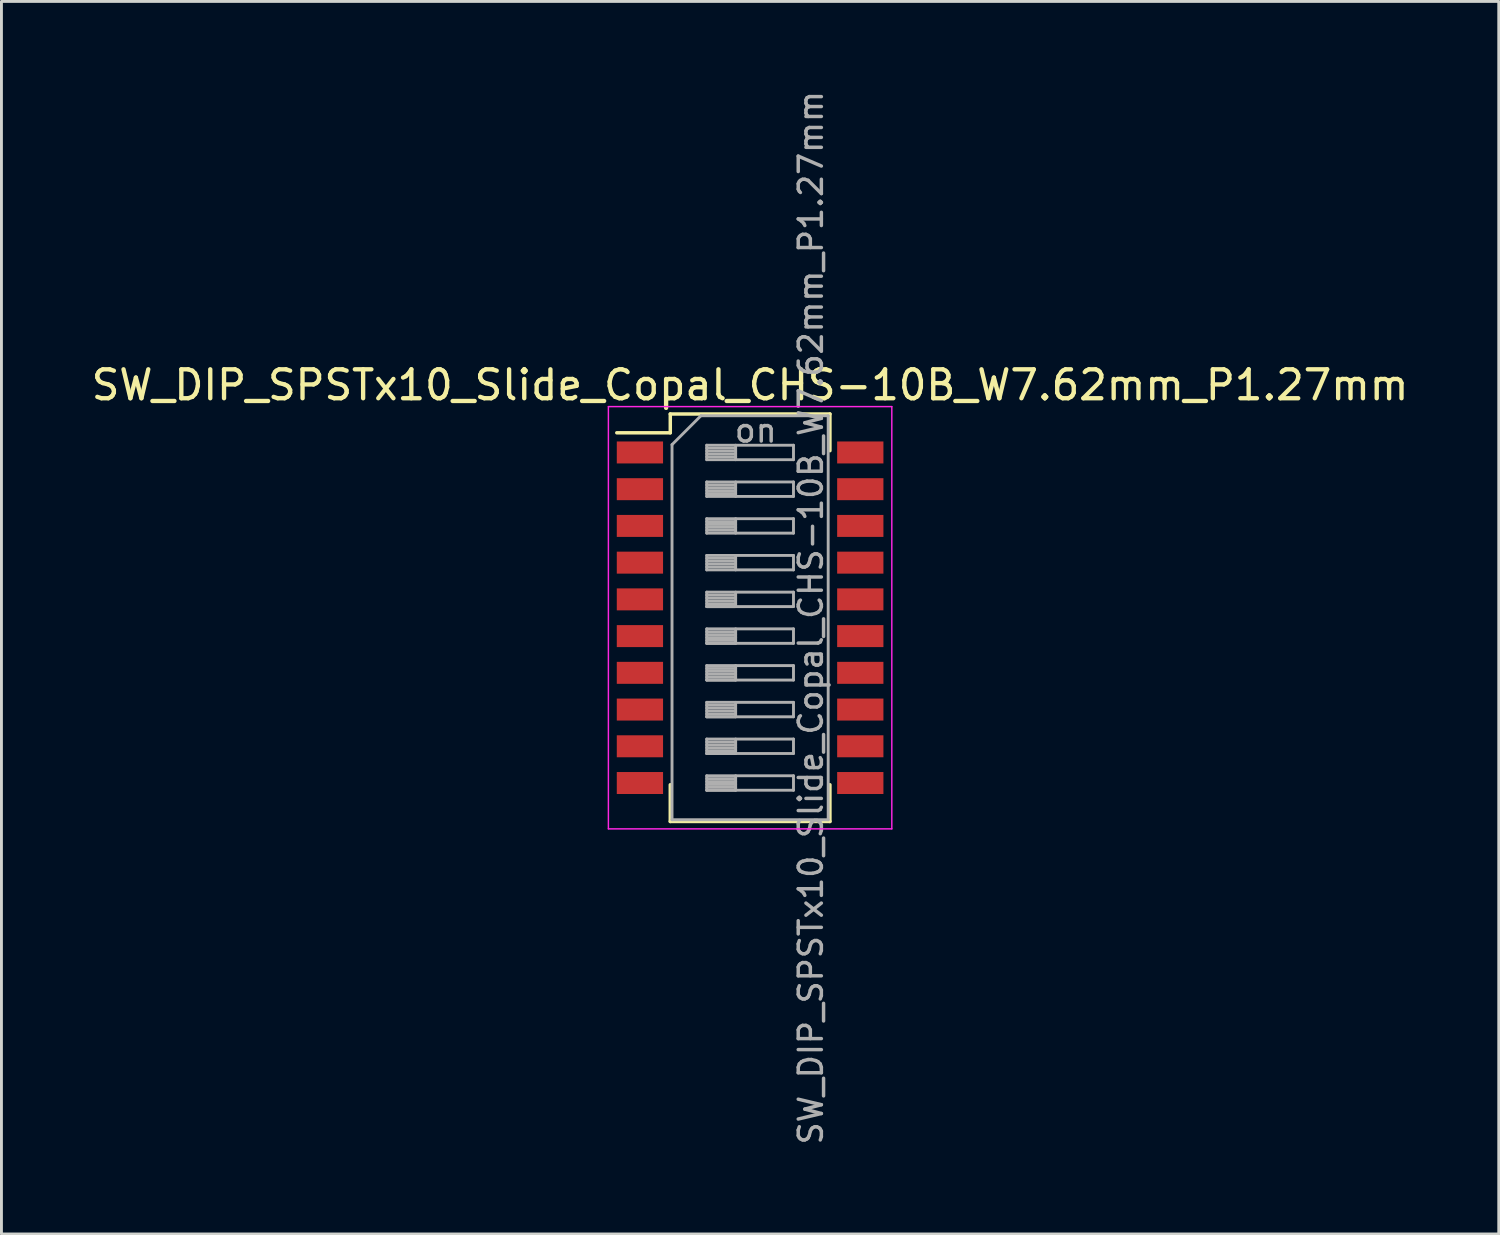
<source format=kicad_pcb>
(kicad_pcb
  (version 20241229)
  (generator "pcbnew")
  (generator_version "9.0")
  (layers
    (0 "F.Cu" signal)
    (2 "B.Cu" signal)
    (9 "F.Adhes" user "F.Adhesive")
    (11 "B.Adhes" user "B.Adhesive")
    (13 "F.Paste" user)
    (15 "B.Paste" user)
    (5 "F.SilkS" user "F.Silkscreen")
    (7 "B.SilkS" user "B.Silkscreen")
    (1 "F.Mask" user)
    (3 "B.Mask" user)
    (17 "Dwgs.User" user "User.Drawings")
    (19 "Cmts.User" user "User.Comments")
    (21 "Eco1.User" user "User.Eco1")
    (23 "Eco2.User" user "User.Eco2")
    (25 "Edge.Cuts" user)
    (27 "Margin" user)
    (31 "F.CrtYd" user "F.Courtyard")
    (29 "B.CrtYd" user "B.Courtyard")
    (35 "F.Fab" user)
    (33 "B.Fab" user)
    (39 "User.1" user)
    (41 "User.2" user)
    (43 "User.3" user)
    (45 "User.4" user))
  (footprint "SW_DIP_SPSTx10_Slide_Copal_CHS-10B_W7.62mm_P1.27mm"
    (layer "F.Cu")
    (at 22.887 18.31)
    (property "Reference" "SW_DIP_SPSTx10_Slide_Copal_CHS-10B_W7.62mm_P1.27mm" (at 0 -8.045 0) (layer "F.SilkS") (effects (font (size 1 1) (thickness 0.15))))
    (attr smd)
    (fp_line (start -4.61 -6.395) (end -2.76 -6.395) (stroke (width 0.12) (type solid)) (layer "F.SilkS"))
    (fp_line (start -2.76 -7.045) (end -2.76 -6.395) (stroke (width 0.12) (type solid)) (layer "F.SilkS"))
    (fp_line (start -2.76 -7.045) (end 2.76 -7.045) (stroke (width 0.12) (type solid)) (layer "F.SilkS"))
    (fp_line (start -2.76 5.775) (end -2.76 7.045) (stroke (width 0.12) (type solid)) (layer "F.SilkS"))
    (fp_line (start -2.76 7.045) (end 2.76 7.045) (stroke (width 0.12) (type solid)) (layer "F.SilkS"))
    (fp_line (start 2.76 -7.045) (end 2.76 -5.776) (stroke (width 0.12) (type solid)) (layer "F.SilkS"))
    (fp_line (start 2.76 5.775) (end 2.76 7.045) (stroke (width 0.12) (type solid)) (layer "F.SilkS"))
    (fp_line (start -4.9 -7.3) (end -4.9 7.3) (stroke (width 0.05) (type solid)) (layer "F.CrtYd"))
    (fp_line (start -4.9 7.3) (end 4.9 7.3) (stroke (width 0.05) (type solid)) (layer "F.CrtYd"))
    (fp_line (start 4.9 -7.3) (end -4.9 -7.3) (stroke (width 0.05) (type solid)) (layer "F.CrtYd"))
    (fp_line (start 4.9 7.3) (end 4.9 -7.3) (stroke (width 0.05) (type solid)) (layer "F.CrtYd"))
    (fp_line (start -2.7 -5.985) (end -1.7 -6.985) (stroke (width 0.1) (type solid)) (layer "F.Fab"))
    (fp_line (start -2.7 6.985) (end -2.7 -5.985) (stroke (width 0.1) (type solid)) (layer "F.Fab"))
    (fp_line (start -1.7 -6.985) (end 2.7 -6.985) (stroke (width 0.1) (type solid)) (layer "F.Fab"))
    (fp_line (start -1.5 -5.965) (end -1.5 -5.465) (stroke (width 0.1) (type solid)) (layer "F.Fab"))
    (fp_line (start -1.5 -5.865) (end -0.5 -5.865) (stroke (width 0.1) (type solid)) (layer "F.Fab"))
    (fp_line (start -1.5 -5.765) (end -0.5 -5.765) (stroke (width 0.1) (type solid)) (layer "F.Fab"))
    (fp_line (start -1.5 -5.665) (end -0.5 -5.665) (stroke (width 0.1) (type solid)) (layer "F.Fab"))
    (fp_line (start -1.5 -5.565) (end -0.5 -5.565) (stroke (width 0.1) (type solid)) (layer "F.Fab"))
    (fp_line (start -1.5 -5.465) (end 1.5 -5.465) (stroke (width 0.1) (type solid)) (layer "F.Fab"))
    (fp_line (start -1.5 -4.695) (end -1.5 -4.195) (stroke (width 0.1) (type solid)) (layer "F.Fab"))
    (fp_line (start -1.5 -4.595) (end -0.5 -4.595) (stroke (width 0.1) (type solid)) (layer "F.Fab"))
    (fp_line (start -1.5 -4.495) (end -0.5 -4.495) (stroke (width 0.1) (type solid)) (layer "F.Fab"))
    (fp_line (start -1.5 -4.395) (end -0.5 -4.395) (stroke (width 0.1) (type solid)) (layer "F.Fab"))
    (fp_line (start -1.5 -4.295) (end -0.5 -4.295) (stroke (width 0.1) (type solid)) (layer "F.Fab"))
    (fp_line (start -1.5 -4.195) (end 1.5 -4.195) (stroke (width 0.1) (type solid)) (layer "F.Fab"))
    (fp_line (start -1.5 -3.425) (end -1.5 -2.925) (stroke (width 0.1) (type solid)) (layer "F.Fab"))
    (fp_line (start -1.5 -3.325) (end -0.5 -3.325) (stroke (width 0.1) (type solid)) (layer "F.Fab"))
    (fp_line (start -1.5 -3.225) (end -0.5 -3.225) (stroke (width 0.1) (type solid)) (layer "F.Fab"))
    (fp_line (start -1.5 -3.125) (end -0.5 -3.125) (stroke (width 0.1) (type solid)) (layer "F.Fab"))
    (fp_line (start -1.5 -3.025) (end -0.5 -3.025) (stroke (width 0.1) (type solid)) (layer "F.Fab"))
    (fp_line (start -1.5 -2.925) (end 1.5 -2.925) (stroke (width 0.1) (type solid)) (layer "F.Fab"))
    (fp_line (start -1.5 -2.155) (end -1.5 -1.655) (stroke (width 0.1) (type solid)) (layer "F.Fab"))
    (fp_line (start -1.5 -2.055) (end -0.5 -2.055) (stroke (width 0.1) (type solid)) (layer "F.Fab"))
    (fp_line (start -1.5 -1.955) (end -0.5 -1.955) (stroke (width 0.1) (type solid)) (layer "F.Fab"))
    (fp_line (start -1.5 -1.855) (end -0.5 -1.855) (stroke (width 0.1) (type solid)) (layer "F.Fab"))
    (fp_line (start -1.5 -1.755) (end -0.5 -1.755) (stroke (width 0.1) (type solid)) (layer "F.Fab"))
    (fp_line (start -1.5 -1.655) (end 1.5 -1.655) (stroke (width 0.1) (type solid)) (layer "F.Fab"))
    (fp_line (start -1.5 -0.885) (end -1.5 -0.385) (stroke (width 0.1) (type solid)) (layer "F.Fab"))
    (fp_line (start -1.5 -0.785) (end -0.5 -0.785) (stroke (width 0.1) (type solid)) (layer "F.Fab"))
    (fp_line (start -1.5 -0.685) (end -0.5 -0.685) (stroke (width 0.1) (type solid)) (layer "F.Fab"))
    (fp_line (start -1.5 -0.585) (end -0.5 -0.585) (stroke (width 0.1) (type solid)) (layer "F.Fab"))
    (fp_line (start -1.5 -0.485) (end -0.5 -0.485) (stroke (width 0.1) (type solid)) (layer "F.Fab"))
    (fp_line (start -1.5 -0.385) (end -0.5 -0.385) (stroke (width 0.1) (type solid)) (layer "F.Fab"))
    (fp_line (start -1.5 -0.385) (end 1.5 -0.385) (stroke (width 0.1) (type solid)) (layer "F.Fab"))
    (fp_line (start -1.5 0.385) (end -1.5 0.885) (stroke (width 0.1) (type solid)) (layer "F.Fab"))
    (fp_line (start -1.5 0.485) (end -0.5 0.485) (stroke (width 0.1) (type solid)) (layer "F.Fab"))
    (fp_line (start -1.5 0.585) (end -0.5 0.585) (stroke (width 0.1) (type solid)) (layer "F.Fab"))
    (fp_line (start -1.5 0.685) (end -0.5 0.685) (stroke (width 0.1) (type solid)) (layer "F.Fab"))
    (fp_line (start -1.5 0.785) (end -0.5 0.785) (stroke (width 0.1) (type solid)) (layer "F.Fab"))
    (fp_line (start -1.5 0.885) (end -0.5 0.885) (stroke (width 0.1) (type solid)) (layer "F.Fab"))
    (fp_line (start -1.5 0.885) (end 1.5 0.885) (stroke (width 0.1) (type solid)) (layer "F.Fab"))
    (fp_line (start -1.5 1.655) (end -1.5 2.155) (stroke (width 0.1) (type solid)) (layer "F.Fab"))
    (fp_line (start -1.5 1.755) (end -0.5 1.755) (stroke (width 0.1) (type solid)) (layer "F.Fab"))
    (fp_line (start -1.5 1.855) (end -0.5 1.855) (stroke (width 0.1) (type solid)) (layer "F.Fab"))
    (fp_line (start -1.5 1.955) (end -0.5 1.955) (stroke (width 0.1) (type solid)) (layer "F.Fab"))
    (fp_line (start -1.5 2.055) (end -0.5 2.055) (stroke (width 0.1) (type solid)) (layer "F.Fab"))
    (fp_line (start -1.5 2.155) (end -0.5 2.155) (stroke (width 0.1) (type solid)) (layer "F.Fab"))
    (fp_line (start -1.5 2.155) (end 1.5 2.155) (stroke (width 0.1) (type solid)) (layer "F.Fab"))
    (fp_line (start -1.5 2.925) (end -1.5 3.425) (stroke (width 0.1) (type solid)) (layer "F.Fab"))
    (fp_line (start -1.5 3.025) (end -0.5 3.025) (stroke (width 0.1) (type solid)) (layer "F.Fab"))
    (fp_line (start -1.5 3.125) (end -0.5 3.125) (stroke (width 0.1) (type solid)) (layer "F.Fab"))
    (fp_line (start -1.5 3.225) (end -0.5 3.225) (stroke (width 0.1) (type solid)) (layer "F.Fab"))
    (fp_line (start -1.5 3.325) (end -0.5 3.325) (stroke (width 0.1) (type solid)) (layer "F.Fab"))
    (fp_line (start -1.5 3.425) (end -0.5 3.425) (stroke (width 0.1) (type solid)) (layer "F.Fab"))
    (fp_line (start -1.5 3.425) (end 1.5 3.425) (stroke (width 0.1) (type solid)) (layer "F.Fab"))
    (fp_line (start -1.5 4.195) (end -1.5 4.695) (stroke (width 0.1) (type solid)) (layer "F.Fab"))
    (fp_line (start -1.5 4.295) (end -0.5 4.295) (stroke (width 0.1) (type solid)) (layer "F.Fab"))
    (fp_line (start -1.5 4.395) (end -0.5 4.395) (stroke (width 0.1) (type solid)) (layer "F.Fab"))
    (fp_line (start -1.5 4.495) (end -0.5 4.495) (stroke (width 0.1) (type solid)) (layer "F.Fab"))
    (fp_line (start -1.5 4.595) (end -0.5 4.595) (stroke (width 0.1) (type solid)) (layer "F.Fab"))
    (fp_line (start -1.5 4.695) (end -0.5 4.695) (stroke (width 0.1) (type solid)) (layer "F.Fab"))
    (fp_line (start -1.5 4.695) (end 1.5 4.695) (stroke (width 0.1) (type solid)) (layer "F.Fab"))
    (fp_line (start -1.5 5.465) (end -1.5 5.965) (stroke (width 0.1) (type solid)) (layer "F.Fab"))
    (fp_line (start -1.5 5.565) (end -0.5 5.565) (stroke (width 0.1) (type solid)) (layer "F.Fab"))
    (fp_line (start -1.5 5.665) (end -0.5 5.665) (stroke (width 0.1) (type solid)) (layer "F.Fab"))
    (fp_line (start -1.5 5.765) (end -0.5 5.765) (stroke (width 0.1) (type solid)) (layer "F.Fab"))
    (fp_line (start -1.5 5.865) (end -0.5 5.865) (stroke (width 0.1) (type solid)) (layer "F.Fab"))
    (fp_line (start -1.5 5.965) (end -0.5 5.965) (stroke (width 0.1) (type solid)) (layer "F.Fab"))
    (fp_line (start -1.5 5.965) (end 1.5 5.965) (stroke (width 0.1) (type solid)) (layer "F.Fab"))
    (fp_line (start -0.5 -5.965) (end -0.5 -5.465) (stroke (width 0.1) (type solid)) (layer "F.Fab"))
    (fp_line (start -0.5 -4.695) (end -0.5 -4.195) (stroke (width 0.1) (type solid)) (layer "F.Fab"))
    (fp_line (start -0.5 -3.425) (end -0.5 -2.925) (stroke (width 0.1) (type solid)) (layer "F.Fab"))
    (fp_line (start -0.5 -2.155) (end -0.5 -1.655) (stroke (width 0.1) (type solid)) (layer "F.Fab"))
    (fp_line (start -0.5 -0.885) (end -0.5 -0.385) (stroke (width 0.1) (type solid)) (layer "F.Fab"))
    (fp_line (start -0.5 0.385) (end -0.5 0.885) (stroke (width 0.1) (type solid)) (layer "F.Fab"))
    (fp_line (start -0.5 1.655) (end -0.5 2.155) (stroke (width 0.1) (type solid)) (layer "F.Fab"))
    (fp_line (start -0.5 2.925) (end -0.5 3.425) (stroke (width 0.1) (type solid)) (layer "F.Fab"))
    (fp_line (start -0.5 4.195) (end -0.5 4.695) (stroke (width 0.1) (type solid)) (layer "F.Fab"))
    (fp_line (start -0.5 5.465) (end -0.5 5.965) (stroke (width 0.1) (type solid)) (layer "F.Fab"))
    (fp_line (start 1.5 -5.965) (end -1.5 -5.965) (stroke (width 0.1) (type solid)) (layer "F.Fab"))
    (fp_line (start 1.5 -5.465) (end 1.5 -5.965) (stroke (width 0.1) (type solid)) (layer "F.Fab"))
    (fp_line (start 1.5 -4.695) (end -1.5 -4.695) (stroke (width 0.1) (type solid)) (layer "F.Fab"))
    (fp_line (start 1.5 -4.195) (end 1.5 -4.695) (stroke (width 0.1) (type solid)) (layer "F.Fab"))
    (fp_line (start 1.5 -3.425) (end -1.5 -3.425) (stroke (width 0.1) (type solid)) (layer "F.Fab"))
    (fp_line (start 1.5 -2.925) (end 1.5 -3.425) (stroke (width 0.1) (type solid)) (layer "F.Fab"))
    (fp_line (start 1.5 -2.155) (end -1.5 -2.155) (stroke (width 0.1) (type solid)) (layer "F.Fab"))
    (fp_line (start 1.5 -1.655) (end 1.5 -2.155) (stroke (width 0.1) (type solid)) (layer "F.Fab"))
    (fp_line (start 1.5 -0.885) (end -1.5 -0.885) (stroke (width 0.1) (type solid)) (layer "F.Fab"))
    (fp_line (start 1.5 -0.385) (end 1.5 -0.885) (stroke (width 0.1) (type solid)) (layer "F.Fab"))
    (fp_line (start 1.5 0.385) (end -1.5 0.385) (stroke (width 0.1) (type solid)) (layer "F.Fab"))
    (fp_line (start 1.5 0.885) (end 1.5 0.385) (stroke (width 0.1) (type solid)) (layer "F.Fab"))
    (fp_line (start 1.5 1.655) (end -1.5 1.655) (stroke (width 0.1) (type solid)) (layer "F.Fab"))
    (fp_line (start 1.5 2.155) (end 1.5 1.655) (stroke (width 0.1) (type solid)) (layer "F.Fab"))
    (fp_line (start 1.5 2.925) (end -1.5 2.925) (stroke (width 0.1) (type solid)) (layer "F.Fab"))
    (fp_line (start 1.5 3.425) (end 1.5 2.925) (stroke (width 0.1) (type solid)) (layer "F.Fab"))
    (fp_line (start 1.5 4.195) (end -1.5 4.195) (stroke (width 0.1) (type solid)) (layer "F.Fab"))
    (fp_line (start 1.5 4.695) (end 1.5 4.195) (stroke (width 0.1) (type solid)) (layer "F.Fab"))
    (fp_line (start 1.5 5.465) (end -1.5 5.465) (stroke (width 0.1) (type solid)) (layer "F.Fab"))
    (fp_line (start 1.5 5.965) (end 1.5 5.465) (stroke (width 0.1) (type solid)) (layer "F.Fab"))
    (fp_line (start 2.7 -6.985) (end 2.7 6.985) (stroke (width 0.1) (type solid)) (layer "F.Fab"))
    (fp_line (start 2.7 6.985) (end -2.7 6.985) (stroke (width 0.1) (type solid)) (layer "F.Fab"))
    (fp_text user "${REFERENCE}" (at 2.1 0 90) (layer "F.Fab") (effects (font (size 0.8 0.8) (thickness 0.12))))
    (fp_text user "on" (at 0.195 -6.475 0) (layer "F.Fab") (effects (font (size 0.8 0.8) (thickness 0.12))))
    (pad "1" smd rect (at -3.81 -5.715) (size 1.6 0.76) (layers "F.Cu" "F.Mask" "F.Paste"))
    (pad "2" smd rect (at -3.81 -4.445) (size 1.6 0.76) (layers "F.Cu" "F.Mask" "F.Paste"))
    (pad "3" smd rect (at -3.81 -3.175) (size 1.6 0.76) (layers "F.Cu" "F.Mask" "F.Paste"))
    (pad "4" smd rect (at -3.81 -1.905) (size 1.6 0.76) (layers "F.Cu" "F.Mask" "F.Paste"))
    (pad "5" smd rect (at -3.81 -0.635) (size 1.6 0.76) (layers "F.Cu" "F.Mask" "F.Paste"))
    (pad "6" smd rect (at -3.81 0.635) (size 1.6 0.76) (layers "F.Cu" "F.Mask" "F.Paste"))
    (pad "7" smd rect (at -3.81 1.905) (size 1.6 0.76) (layers "F.Cu" "F.Mask" "F.Paste"))
    (pad "8" smd rect (at -3.81 3.175) (size 1.6 0.76) (layers "F.Cu" "F.Mask" "F.Paste"))
    (pad "9" smd rect (at -3.81 4.445) (size 1.6 0.76) (layers "F.Cu" "F.Mask" "F.Paste"))
    (pad "10" smd rect (at -3.81 5.715) (size 1.6 0.76) (layers "F.Cu" "F.Mask" "F.Paste"))
    (pad "11" smd rect (at 3.81 5.715) (size 1.6 0.76) (layers "F.Cu" "F.Mask" "F.Paste"))
    (pad "12" smd rect (at 3.81 4.445) (size 1.6 0.76) (layers "F.Cu" "F.Mask" "F.Paste"))
    (pad "13" smd rect (at 3.81 3.175) (size 1.6 0.76) (layers "F.Cu" "F.Mask" "F.Paste"))
    (pad "14" smd rect (at 3.81 1.905) (size 1.6 0.76) (layers "F.Cu" "F.Mask" "F.Paste"))
    (pad "15" smd rect (at 3.81 0.635) (size 1.6 0.76) (layers "F.Cu" "F.Mask" "F.Paste"))
    (pad "16" smd rect (at 3.81 -0.635) (size 1.6 0.76) (layers "F.Cu" "F.Mask" "F.Paste"))
    (pad "17" smd rect (at 3.81 -1.905) (size 1.6 0.76) (layers "F.Cu" "F.Mask" "F.Paste"))
    (pad "18" smd rect (at 3.81 -3.175) (size 1.6 0.76) (layers "F.Cu" "F.Mask" "F.Paste"))
    (pad "19" smd rect (at 3.81 -4.445) (size 1.6 0.76) (layers "F.Cu" "F.Mask" "F.Paste"))
    (pad "20" smd rect (at 3.81 -5.715) (size 1.6 0.76) (layers "F.Cu" "F.Mask" "F.Paste")))
  (gr_rect
    (start -3 -3)
    (end 48.774 39.619)
    (stroke (width 0.1) (type default))
    (fill no)
    (layer "Edge.Cuts")))
</source>
